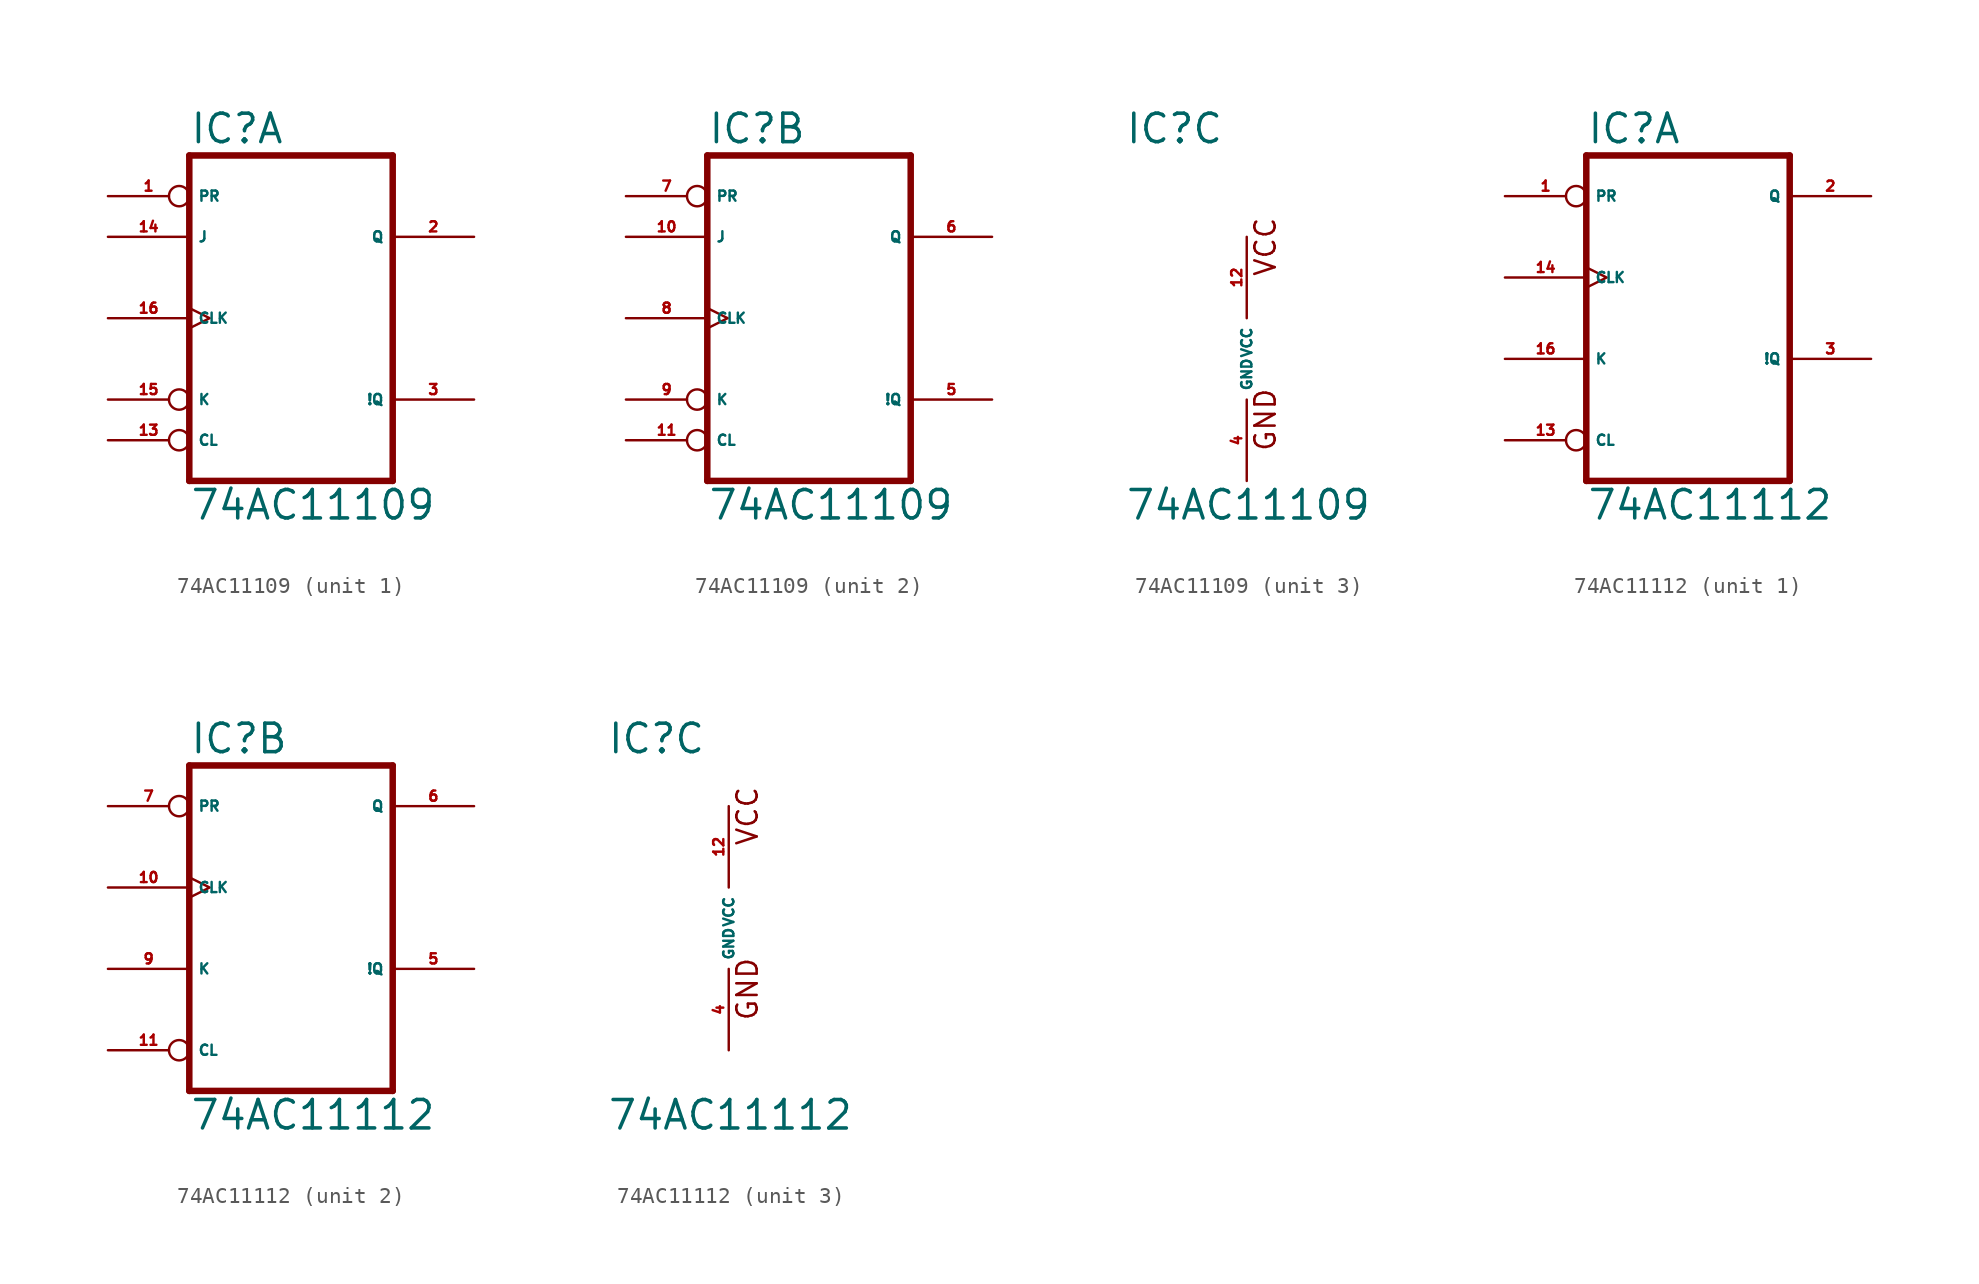
<source format=kicad_sym>
(kicad_symbol_lib
  (version 20220914)
  (generator Eagle2Kicad)
  (symbol "74AC11109"
    (property "Reference" "IC"
      (at -7.62 13.335 0)
      (effects (font (size 1.778 1.778) (thickness 0.22)) (justify left bottom)))
    (property "Value" "74AC11109"
      (at -7.62 -10.16 0)
      (effects (font (size 1.778 1.778) (thickness 0.22)) (justify left bottom)))
    (symbol "74AC11109_1_0"
      (polyline (pts (xy -7.62 -7.62) (xy 5.08 -7.62)) (stroke (width 0.406) (type default)) (fill (type none)))
      (polyline (pts (xy 5.08 -7.62) (xy 5.08 12.7)) (stroke (width 0.406) (type default)) (fill (type none)))
      (polyline (pts (xy 5.08 12.7) (xy -7.62 12.7)) (stroke (width 0.406) (type default)) (fill (type none)))
      (polyline (pts (xy -7.62 12.7) (xy -7.62 -7.62)) (stroke (width 0.406) (type default)) (fill (type none)))
      (pin input inverted (at -12.7 10.16 0) (length 5.08) (name "PR" (effects (font (size 0.635 0.635) (thickness 0.08)) (justify left bottom))) (number "1" (effects (font (size 0.635 0.635) (thickness 0.08)) (justify left bottom))))
      (pin output line (at 10.16 7.62 180) (length 5.08) (name "Q" (effects (font (size 0.635 0.635) (thickness 0.08)) (justify left bottom))) (number "2" (effects (font (size 0.635 0.635) (thickness 0.08)) (justify left bottom))))
      (pin output line (at 10.16 -2.54 180) (length 5.08) (name "!Q" (effects (font (size 0.635 0.635) (thickness 0.08)) (justify left bottom))) (number "3" (effects (font (size 0.635 0.635) (thickness 0.08)) (justify left bottom))))
      (pin input inverted (at -12.7 -5.08 0) (length 5.08) (name "CL" (effects (font (size 0.635 0.635) (thickness 0.08)) (justify left bottom))) (number "13" (effects (font (size 0.635 0.635) (thickness 0.08)) (justify left bottom))))
      (pin input line (at -12.7 7.62 0) (length 5.08) (name "J" (effects (font (size 0.635 0.635) (thickness 0.08)) (justify left bottom))) (number "14" (effects (font (size 0.635 0.635) (thickness 0.08)) (justify left bottom))))
      (pin input inverted (at -12.7 -2.54 0) (length 5.08) (name "K" (effects (font (size 0.635 0.635) (thickness 0.08)) (justify left bottom))) (number "15" (effects (font (size 0.635 0.635) (thickness 0.08)) (justify left bottom))))
      (pin input clock (at -12.7 2.54 0) (length 5.08) (name "CLK" (effects (font (size 0.635 0.635) (thickness 0.08)) (justify left bottom))) (number "16" (effects (font (size 0.635 0.635) (thickness 0.08)) (justify left bottom)))))
    (symbol "74AC11109_2_0"
      (polyline (pts (xy -7.62 -7.62) (xy 5.08 -7.62)) (stroke (width 0.406) (type default)) (fill (type none)))
      (polyline (pts (xy 5.08 -7.62) (xy 5.08 12.7)) (stroke (width 0.406) (type default)) (fill (type none)))
      (polyline (pts (xy 5.08 12.7) (xy -7.62 12.7)) (stroke (width 0.406) (type default)) (fill (type none)))
      (polyline (pts (xy -7.62 12.7) (xy -7.62 -7.62)) (stroke (width 0.406) (type default)) (fill (type none)))
      (pin input inverted (at -12.7 10.16 0) (length 5.08) (name "PR" (effects (font (size 0.635 0.635) (thickness 0.08)) (justify left bottom))) (number "7" (effects (font (size 0.635 0.635) (thickness 0.08)) (justify left bottom))))
      (pin output line (at 10.16 7.62 180) (length 5.08) (name "Q" (effects (font (size 0.635 0.635) (thickness 0.08)) (justify left bottom))) (number "6" (effects (font (size 0.635 0.635) (thickness 0.08)) (justify left bottom))))
      (pin output line (at 10.16 -2.54 180) (length 5.08) (name "!Q" (effects (font (size 0.635 0.635) (thickness 0.08)) (justify left bottom))) (number "5" (effects (font (size 0.635 0.635) (thickness 0.08)) (justify left bottom))))
      (pin input inverted (at -12.7 -5.08 0) (length 5.08) (name "CL" (effects (font (size 0.635 0.635) (thickness 0.08)) (justify left bottom))) (number "11" (effects (font (size 0.635 0.635) (thickness 0.08)) (justify left bottom))))
      (pin input line (at -12.7 7.62 0) (length 5.08) (name "J" (effects (font (size 0.635 0.635) (thickness 0.08)) (justify left bottom))) (number "10" (effects (font (size 0.635 0.635) (thickness 0.08)) (justify left bottom))))
      (pin input inverted (at -12.7 -2.54 0) (length 5.08) (name "K" (effects (font (size 0.635 0.635) (thickness 0.08)) (justify left bottom))) (number "9" (effects (font (size 0.635 0.635) (thickness 0.08)) (justify left bottom))))
      (pin input clock (at -12.7 2.54 0) (length 5.08) (name "CLK" (effects (font (size 0.635 0.635) (thickness 0.08)) (justify left bottom))) (number "8" (effects (font (size 0.635 0.635) (thickness 0.08)) (justify left bottom)))))
    (symbol "74AC11109_3_0"
      (text "GND" (at 1.905 -5.842 900) (effects (font (size 1.27 1.27) (thickness 0.16)) (justify left bottom)))
      (text "VCC" (at 1.905 5.08 900) (effects (font (size 1.27 1.27) (thickness 0.16)) (justify left bottom)))
      (pin unspecified line (at 0 -7.62 90) (length 5.08) (name "GND" (effects (font (size 0.635 0.635) (thickness 0.08)) (justify left bottom))) (number "4" (effects (font (size 0.635 0.635) (thickness 0.08)) (justify left bottom))))
      (pin unspecified line (at 0 7.62 270) (length 5.08) (name "VCC" (effects (font (size 0.635 0.635) (thickness 0.08)) (justify left bottom))) (number "12" (effects (font (size 0.635 0.635) (thickness 0.08)) (justify left bottom))))))
  (symbol "74AC11112"
    (property "Reference" "IC"
      (at -7.62 10.795 0)
      (effects (font (size 1.778 1.778) (thickness 0.22)) (justify left bottom)))
    (property "Value" "74AC11112"
      (at -7.62 -12.7 0)
      (effects (font (size 1.778 1.778) (thickness 0.22)) (justify left bottom)))
    (symbol "74AC11112_1_0"
      (polyline (pts (xy -7.62 -10.16) (xy 5.08 -10.16)) (stroke (width 0.406) (type default)) (fill (type none)))
      (polyline (pts (xy 5.08 -10.16) (xy 5.08 10.16)) (stroke (width 0.406) (type default)) (fill (type none)))
      (polyline (pts (xy 5.08 10.16) (xy -7.62 10.16)) (stroke (width 0.406) (type default)) (fill (type none)))
      (polyline (pts (xy -7.62 10.16) (xy -7.62 -10.16)) (stroke (width 0.406) (type default)) (fill (type none)))
      (pin input inverted (at -12.7 7.62 0) (length 5.08) (name "PR" (effects (font (size 0.635 0.635) (thickness 0.08)) (justify left bottom))) (number "1" (effects (font (size 0.635 0.635) (thickness 0.08)) (justify left bottom))))
      (pin output line (at 10.16 7.62 180) (length 5.08) (name "Q" (effects (font (size 0.635 0.635) (thickness 0.08)) (justify left bottom))) (number "2" (effects (font (size 0.635 0.635) (thickness 0.08)) (justify left bottom))))
      (pin output line (at 10.16 -2.54 180) (length 5.08) (name "!Q" (effects (font (size 0.635 0.635) (thickness 0.08)) (justify left bottom))) (number "3" (effects (font (size 0.635 0.635) (thickness 0.08)) (justify left bottom))))
      (pin input inverted (at -12.7 -7.62 0) (length 5.08) (name "CL" (effects (font (size 0.635 0.635) (thickness 0.08)) (justify left bottom))) (number "13" (effects (font (size 0.635 0.635) (thickness 0.08)) (justify left bottom))))
      (pin input clock (at -12.7 2.54 0) (length 5.08) (name "CLK" (effects (font (size 0.635 0.635) (thickness 0.08)) (justify left bottom))) (number "14" (effects (font (size 0.635 0.635) (thickness 0.08)) (justify left bottom))))
      (pin input line (at -12.7 -2.54 0) (length 5.08) (name "K" (effects (font (size 0.635 0.635) (thickness 0.08)) (justify left bottom))) (number "16" (effects (font (size 0.635 0.635) (thickness 0.08)) (justify left bottom)))))
    (symbol "74AC11112_2_0"
      (polyline (pts (xy -7.62 -10.16) (xy 5.08 -10.16)) (stroke (width 0.406) (type default)) (fill (type none)))
      (polyline (pts (xy 5.08 -10.16) (xy 5.08 10.16)) (stroke (width 0.406) (type default)) (fill (type none)))
      (polyline (pts (xy 5.08 10.16) (xy -7.62 10.16)) (stroke (width 0.406) (type default)) (fill (type none)))
      (polyline (pts (xy -7.62 10.16) (xy -7.62 -10.16)) (stroke (width 0.406) (type default)) (fill (type none)))
      (pin input inverted (at -12.7 7.62 0) (length 5.08) (name "PR" (effects (font (size 0.635 0.635) (thickness 0.08)) (justify left bottom))) (number "7" (effects (font (size 0.635 0.635) (thickness 0.08)) (justify left bottom))))
      (pin output line (at 10.16 7.62 180) (length 5.08) (name "Q" (effects (font (size 0.635 0.635) (thickness 0.08)) (justify left bottom))) (number "6" (effects (font (size 0.635 0.635) (thickness 0.08)) (justify left bottom))))
      (pin output line (at 10.16 -2.54 180) (length 5.08) (name "!Q" (effects (font (size 0.635 0.635) (thickness 0.08)) (justify left bottom))) (number "5" (effects (font (size 0.635 0.635) (thickness 0.08)) (justify left bottom))))
      (pin input inverted (at -12.7 -7.62 0) (length 5.08) (name "CL" (effects (font (size 0.635 0.635) (thickness 0.08)) (justify left bottom))) (number "11" (effects (font (size 0.635 0.635) (thickness 0.08)) (justify left bottom))))
      (pin input clock (at -12.7 2.54 0) (length 5.08) (name "CLK" (effects (font (size 0.635 0.635) (thickness 0.08)) (justify left bottom))) (number "10" (effects (font (size 0.635 0.635) (thickness 0.08)) (justify left bottom))))
      (pin input line (at -12.7 -2.54 0) (length 5.08) (name "K" (effects (font (size 0.635 0.635) (thickness 0.08)) (justify left bottom))) (number "9" (effects (font (size 0.635 0.635) (thickness 0.08)) (justify left bottom)))))
    (symbol "74AC11112_3_0"
      (text "GND" (at 1.905 -5.842 900) (effects (font (size 1.27 1.27) (thickness 0.16)) (justify left bottom)))
      (text "VCC" (at 1.905 5.08 900) (effects (font (size 1.27 1.27) (thickness 0.16)) (justify left bottom)))
      (pin unspecified line (at 0 -7.62 90) (length 5.08) (name "GND" (effects (font (size 0.635 0.635) (thickness 0.08)) (justify left bottom))) (number "4" (effects (font (size 0.635 0.635) (thickness 0.08)) (justify left bottom))))
      (pin unspecified line (at 0 7.62 270) (length 5.08) (name "VCC" (effects (font (size 0.635 0.635) (thickness 0.08)) (justify left bottom))) (number "12" (effects (font (size 0.635 0.635) (thickness 0.08)) (justify left bottom)))))))
</source>
